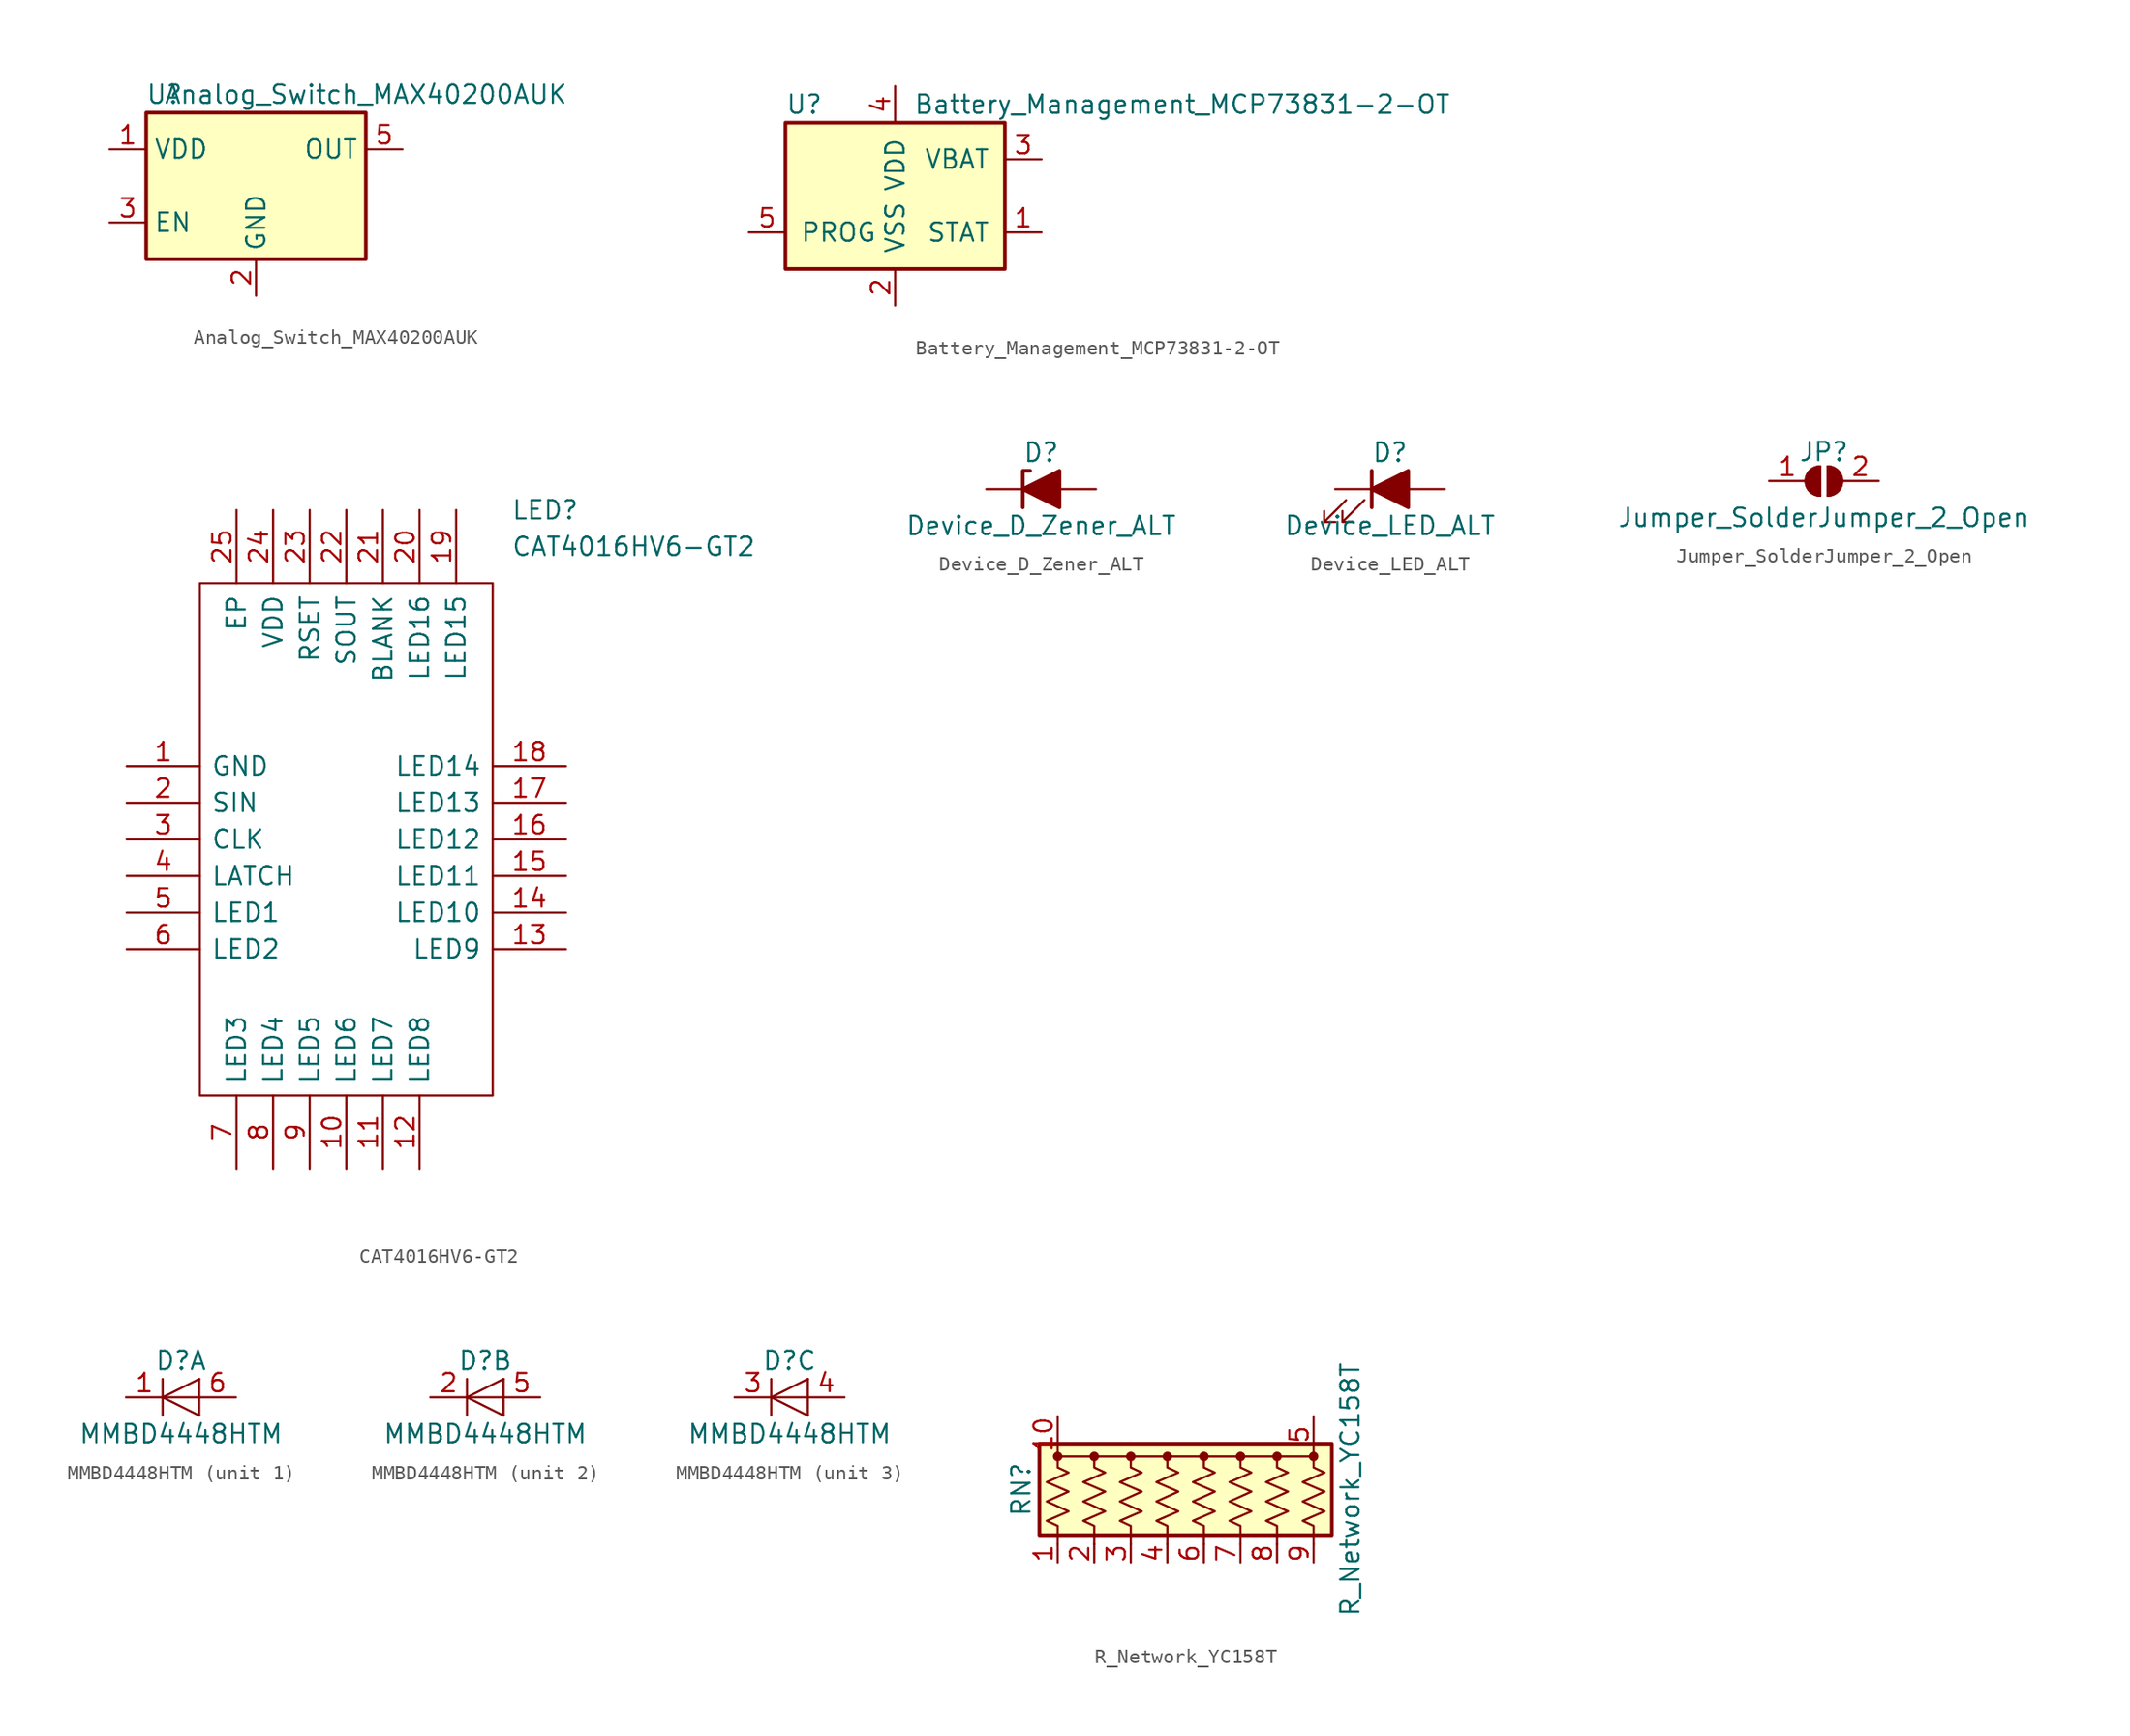
<source format=kicad_sym>
(kicad_symbol_lib
  (version 20220914)
  (generator kicad_symbol_editor)
  (symbol "Analog_Switch_MAX40200AUK"
    (property "Reference" "U"
      (at -6.35 6.35 0)
      (effects (font (size 1.27 1.27))))
    (property "Value" "Analog_Switch_MAX40200AUK"
      (at 7.62 6.35 0)
      (effects (font (size 1.27 1.27))))
    (symbol "Analog_Switch_MAX40200AUK_1_1"
      (rectangle (start -7.62 -5.08) (end 7.62 5.08) (stroke (width 0.254) (type solid)) (fill (type background)))
      (pin power_in line (at -10.16 2.54 0) (length 2.54) (name "VDD" (effects (font (size 1.27 1.27)))) (number "1" (effects (font (size 1.27 1.27)))))
      (pin power_in line (at 0 -7.62 90) (length 2.54) (name "GND" (effects (font (size 1.27 1.27)))) (number "2" (effects (font (size 1.27 1.27)))))
      (pin input line (at -10.16 -2.54 0) (length 2.54) (name "EN" (effects (font (size 1.27 1.27)))) (number "3" (effects (font (size 1.27 1.27)))))
      (pin no_connect line (at 7.62 -2.54 180) (length 2.54) hide (name "NC" (effects (font (size 1.27 1.27)))) (number "4" (effects (font (size 1.27 1.27)))))
      (pin passive line (at 10.16 2.54 180) (length 2.54) (name "OUT" (effects (font (size 1.27 1.27)))) (number "5" (effects (font (size 1.27 1.27)))))))
  (symbol "Battery_Management_MCP73831-2-OT"
    (pin_names
      (offset 1.016))
    (property "Reference" "U"
      (at -7.62 6.35 0)
      (effects (font (size 1.27 1.27)) (justify left)))
    (property "Value" "Battery_Management_MCP73831-2-OT"
      (at 1.27 6.35 0)
      (effects (font (size 1.27 1.27)) (justify left)))
    (symbol "Battery_Management_MCP73831-2-OT_0_1"
      (rectangle (start -7.62 5.08) (end 7.62 -5.08) (stroke (width 0.254) (type solid)) (fill (type background))))
    (symbol "Battery_Management_MCP73831-2-OT_1_1"
      (pin output line (at 10.16 -2.54 180) (length 2.54) (name "STAT" (effects (font (size 1.27 1.27)))) (number "1" (effects (font (size 1.27 1.27)))))
      (pin power_in line (at 0 -7.62 90) (length 2.54) (name "VSS" (effects (font (size 1.27 1.27)))) (number "2" (effects (font (size 1.27 1.27)))))
      (pin power_out line (at 10.16 2.54 180) (length 2.54) (name "VBAT" (effects (font (size 1.27 1.27)))) (number "3" (effects (font (size 1.27 1.27)))))
      (pin power_in line (at 0 7.62 270) (length 2.54) (name "VDD" (effects (font (size 1.27 1.27)))) (number "4" (effects (font (size 1.27 1.27)))))
      (pin input line (at -10.16 -2.54 0) (length 2.54) (name "PROG" (effects (font (size 1.27 1.27)))) (number "5" (effects (font (size 1.27 1.27)))))))
  (symbol "CAT4016HV6-GT2"
    (pin_names
      (offset 0.762))
    (property "Reference" "LED"
      (at 26.67 17.78 0)
      (effects (font (size 1.27 1.27)) (justify left)))
    (property "Value" "CAT4016HV6-GT2"
      (at 26.67 15.24 0)
      (effects (font (size 1.27 1.27)) (justify left)))
    (symbol "CAT4016HV6-GT2_0_0"
      (pin passive line (at 0 0 0) (length 5.08) (name "GND" (effects (font (size 1.27 1.27)))) (number "1" (effects (font (size 1.27 1.27)))))
      (pin passive line (at 15.24 -27.94 90) (length 5.08) (name "LED6" (effects (font (size 1.27 1.27)))) (number "10" (effects (font (size 1.27 1.27)))))
      (pin passive line (at 17.78 -27.94 90) (length 5.08) (name "LED7" (effects (font (size 1.27 1.27)))) (number "11" (effects (font (size 1.27 1.27)))))
      (pin passive line (at 20.32 -27.94 90) (length 5.08) (name "LED8" (effects (font (size 1.27 1.27)))) (number "12" (effects (font (size 1.27 1.27)))))
      (pin passive line (at 30.48 -12.7 180) (length 5.08) (name "LED9" (effects (font (size 1.27 1.27)))) (number "13" (effects (font (size 1.27 1.27)))))
      (pin passive line (at 30.48 -10.16 180) (length 5.08) (name "LED10" (effects (font (size 1.27 1.27)))) (number "14" (effects (font (size 1.27 1.27)))))
      (pin passive line (at 30.48 -7.62 180) (length 5.08) (name "LED11" (effects (font (size 1.27 1.27)))) (number "15" (effects (font (size 1.27 1.27)))))
      (pin passive line (at 30.48 -5.08 180) (length 5.08) (name "LED12" (effects (font (size 1.27 1.27)))) (number "16" (effects (font (size 1.27 1.27)))))
      (pin passive line (at 30.48 -2.54 180) (length 5.08) (name "LED13" (effects (font (size 1.27 1.27)))) (number "17" (effects (font (size 1.27 1.27)))))
      (pin passive line (at 30.48 0 180) (length 5.08) (name "LED14" (effects (font (size 1.27 1.27)))) (number "18" (effects (font (size 1.27 1.27)))))
      (pin passive line (at 22.86 17.78 270) (length 5.08) (name "LED15" (effects (font (size 1.27 1.27)))) (number "19" (effects (font (size 1.27 1.27)))))
      (pin passive line (at 0 -2.54 0) (length 5.08) (name "SIN" (effects (font (size 1.27 1.27)))) (number "2" (effects (font (size 1.27 1.27)))))
      (pin passive line (at 20.32 17.78 270) (length 5.08) (name "LED16" (effects (font (size 1.27 1.27)))) (number "20" (effects (font (size 1.27 1.27)))))
      (pin passive line (at 17.78 17.78 270) (length 5.08) (name "BLANK" (effects (font (size 1.27 1.27)))) (number "21" (effects (font (size 1.27 1.27)))))
      (pin passive line (at 15.24 17.78 270) (length 5.08) (name "SOUT" (effects (font (size 1.27 1.27)))) (number "22" (effects (font (size 1.27 1.27)))))
      (pin passive line (at 12.7 17.78 270) (length 5.08) (name "RSET" (effects (font (size 1.27 1.27)))) (number "23" (effects (font (size 1.27 1.27)))))
      (pin passive line (at 10.16 17.78 270) (length 5.08) (name "VDD" (effects (font (size 1.27 1.27)))) (number "24" (effects (font (size 1.27 1.27)))))
      (pin passive line (at 7.62 17.78 270) (length 5.08) (name "EP" (effects (font (size 1.27 1.27)))) (number "25" (effects (font (size 1.27 1.27)))))
      (pin passive line (at 0 -5.08 0) (length 5.08) (name "CLK" (effects (font (size 1.27 1.27)))) (number "3" (effects (font (size 1.27 1.27)))))
      (pin passive line (at 0 -7.62 0) (length 5.08) (name "LATCH" (effects (font (size 1.27 1.27)))) (number "4" (effects (font (size 1.27 1.27)))))
      (pin passive line (at 0 -10.16 0) (length 5.08) (name "LED1" (effects (font (size 1.27 1.27)))) (number "5" (effects (font (size 1.27 1.27)))))
      (pin passive line (at 0 -12.7 0) (length 5.08) (name "LED2" (effects (font (size 1.27 1.27)))) (number "6" (effects (font (size 1.27 1.27)))))
      (pin passive line (at 7.62 -27.94 90) (length 5.08) (name "LED3" (effects (font (size 1.27 1.27)))) (number "7" (effects (font (size 1.27 1.27)))))
      (pin passive line (at 10.16 -27.94 90) (length 5.08) (name "LED4" (effects (font (size 1.27 1.27)))) (number "8" (effects (font (size 1.27 1.27)))))
      (pin passive line (at 12.7 -27.94 90) (length 5.08) (name "LED5" (effects (font (size 1.27 1.27)))) (number "9" (effects (font (size 1.27 1.27))))))
    (symbol "CAT4016HV6-GT2_0_1"
      (polyline (pts (xy 5.08 12.7) (xy 25.4 12.7) (xy 25.4 -22.86) (xy 5.08 -22.86) (xy 5.08 12.7)) (stroke (width 0.152) (type solid)) (fill (type none)))))
  (symbol "Device_D_Zener_ALT"
    (pin_numbers hide)
    (pin_names
      (offset 1.016) hide)
    (property "Reference" "D"
      (at 0 2.54 0)
      (effects (font (size 1.27 1.27))))
    (property "Value" "Device_D_Zener_ALT"
      (at 0 -2.54 0)
      (effects (font (size 1.27 1.27))))
    (symbol "Device_D_Zener_ALT_0_1"
      (polyline (pts (xy 1.27 0) (xy -1.27 0)) (stroke (width 0) (type solid)) (fill (type none)))
      (polyline (pts (xy -1.27 -1.27) (xy -1.27 1.27) (xy -0.762 1.27)) (stroke (width 0.254) (type solid)) (fill (type none)))
      (polyline (pts (xy 1.27 -1.27) (xy 1.27 1.27) (xy -1.27 0) (xy 1.27 -1.27)) (stroke (width 0.254) (type solid)) (fill (type outline))))
    (symbol "Device_D_Zener_ALT_1_1"
      (pin passive line (at -3.81 0 0) (length 2.54) (name "K" (effects (font (size 1.27 1.27)))) (number "1" (effects (font (size 1.27 1.27)))))
      (pin passive line (at 3.81 0 180) (length 2.54) (name "A" (effects (font (size 1.27 1.27)))) (number "2" (effects (font (size 1.27 1.27)))))))
  (symbol "Device_LED_ALT"
    (pin_numbers hide)
    (pin_names
      (offset 1.016) hide)
    (property "Reference" "D"
      (at 0 2.54 0)
      (effects (font (size 1.27 1.27))))
    (property "Value" "Device_LED_ALT"
      (at 0 -2.54 0)
      (effects (font (size 1.27 1.27))))
    (symbol "Device_LED_ALT_0_1"
      (polyline (pts (xy -1.27 -1.27) (xy -1.27 1.27)) (stroke (width 0.254) (type solid)) (fill (type none)))
      (polyline (pts (xy -1.27 0) (xy 1.27 0)) (stroke (width 0) (type solid)) (fill (type none)))
      (polyline (pts (xy 1.27 -1.27) (xy 1.27 1.27) (xy -1.27 0) (xy 1.27 -1.27)) (stroke (width 0.254) (type solid)) (fill (type outline)))
      (polyline (pts (xy -3.048 -0.762) (xy -4.572 -2.286) (xy -3.81 -2.286) (xy -4.572 -2.286) (xy -4.572 -1.524)) (stroke (width 0) (type solid)) (fill (type none)))
      (polyline (pts (xy -1.778 -0.762) (xy -3.302 -2.286) (xy -2.54 -2.286) (xy -3.302 -2.286) (xy -3.302 -1.524)) (stroke (width 0) (type solid)) (fill (type none))))
    (symbol "Device_LED_ALT_1_1"
      (pin passive line (at -3.81 0 0) (length 2.54) (name "K" (effects (font (size 1.27 1.27)))) (number "1" (effects (font (size 1.27 1.27)))))
      (pin passive line (at 3.81 0 180) (length 2.54) (name "A" (effects (font (size 1.27 1.27)))) (number "2" (effects (font (size 1.27 1.27)))))))
  (symbol "Jumper_SolderJumper_2_Open"
    (pin_names
      (offset 0) hide)
    (property "Reference" "JP"
      (at 0 2.032 0)
      (effects (font (size 1.27 1.27))))
    (property "Value" "Jumper_SolderJumper_2_Open"
      (at 0 -2.54 0)
      (effects (font (size 1.27 1.27))))
    (symbol "Jumper_SolderJumper_2_Open_0_1"
      (arc (start -0.254 1.016) (mid -1.2656 0) (end -0.254 -1.016) (stroke (width 0) (type solid)) (fill (type none)))
      (arc (start -0.254 1.016) (mid -1.2656 0) (end -0.254 -1.016) (stroke (width 0) (type solid)) (fill (type outline)))
      (polyline (pts (xy -0.254 1.016) (xy -0.254 -1.016)) (stroke (width 0) (type solid)) (fill (type none)))
      (polyline (pts (xy 0.254 1.016) (xy 0.254 -1.016)) (stroke (width 0) (type solid)) (fill (type none)))
      (arc (start 0.254 -1.016) (mid 1.2656 0) (end 0.254 1.016) (stroke (width 0) (type solid)) (fill (type none)))
      (arc (start 0.254 -1.016) (mid 1.2656 0) (end 0.254 1.016) (stroke (width 0) (type solid)) (fill (type outline))))
    (symbol "Jumper_SolderJumper_2_Open_1_1"
      (pin passive line (at -3.81 0 0) (length 2.54) (name "A" (effects (font (size 1.27 1.27)))) (number "1" (effects (font (size 1.27 1.27)))))
      (pin passive line (at 3.81 0 180) (length 2.54) (name "B" (effects (font (size 1.27 1.27)))) (number "2" (effects (font (size 1.27 1.27)))))))
  (symbol "MMBD4448HTM"
    (pin_names
      (offset 1.016) hide)
    (property "Reference" "D"
      (at 0 2.54 0)
      (effects (font (size 1.27 1.27))))
    (property "Value" "MMBD4448HTM"
      (at 0 -2.54 0)
      (effects (font (size 1.27 1.27))))
    (symbol "MMBD4448HTM_0_1"
      (polyline (pts (xy -1.27 1.27) (xy -1.27 -1.27)) (stroke (width 0.152) (type default)) (fill (type none)))
      (polyline (pts (xy 1.27 0) (xy -1.27 0)) (stroke (width 0) (type default)) (fill (type none)))
      (polyline (pts (xy 1.27 1.27) (xy 1.27 -1.27)) (stroke (width 0) (type default)) (fill (type none)))
      (polyline (pts (xy 1.27 1.27) (xy -1.27 0) (xy 1.27 -1.27)) (stroke (width 0) (type default)) (fill (type none))))
    (symbol "MMBD4448HTM_1_1"
      (pin passive line (at -3.81 0 0) (length 2.54) (name "K" (effects (font (size 1.27 1.27)))) (number "1" (effects (font (size 1.27 1.27)))))
      (pin passive line (at 3.81 0 180) (length 2.54) (name "A" (effects (font (size 1.27 1.27)))) (number "6" (effects (font (size 1.27 1.27))))))
    (symbol "MMBD4448HTM_2_1"
      (pin passive line (at -3.81 0 0) (length 2.54) (name "K" (effects (font (size 1.27 1.27)))) (number "2" (effects (font (size 1.27 1.27)))))
      (pin passive line (at 3.81 0 180) (length 2.54) (name "A" (effects (font (size 1.27 1.27)))) (number "5" (effects (font (size 1.27 1.27))))))
    (symbol "MMBD4448HTM_3_1"
      (pin passive line (at -3.81 0 0) (length 2.54) (name "K" (effects (font (size 1.27 1.27)))) (number "3" (effects (font (size 1.27 1.27)))))
      (pin passive line (at 3.81 0 180) (length 2.54) (name "A" (effects (font (size 1.27 1.27)))) (number "4" (effects (font (size 1.27 1.27)))))))
  (symbol "R_Network_YC158T"
    (pin_names
      (offset 0) hide)
    (property "Reference" "RN"
      (at -12.7 0 90)
      (effects (font (size 1.27 1.27))))
    (property "Value" "R_Network_YC158T"
      (at 10.16 0 90)
      (effects (font (size 1.27 1.27))))
    (symbol "R_Network_YC158T_0_1"
      (rectangle (start -11.43 3.175) (end 8.89 -3.175) (stroke (width 0.254) (type default)) (fill (type background)))
      (circle (center -10.16 2.286) (radius 0.254) (stroke (width 0) (type default)) (fill (type outline)))
      (circle (center -7.62 2.286) (radius 0.254) (stroke (width 0) (type default)) (fill (type outline)))
      (circle (center -5.08 2.286) (radius 0.254) (stroke (width 0) (type default)) (fill (type outline)))
      (circle (center -2.54 2.286) (radius 0.254) (stroke (width 0) (type default)) (fill (type outline)))
      (polyline (pts (xy -10.16 2.286) (xy 7.62 2.286)) (stroke (width 0) (type default)) (fill (type none)))
      (polyline (pts (xy -10.16 2.286) (xy -10.16 1.524) (xy -9.398 1.168) (xy -10.922 0.508) (xy -9.398 -0.152) (xy -10.922 -0.838) (xy -9.398 -1.524) (xy -10.922 -2.184) (xy -10.16 -2.54) (xy -10.16 -3.81)) (stroke (width 0) (type default)) (fill (type none)))
      (polyline (pts (xy -7.62 2.286) (xy -7.62 1.524) (xy -6.858 1.168) (xy -8.382 0.508) (xy -6.858 -0.152) (xy -8.382 -0.838) (xy -6.858 -1.524) (xy -8.382 -2.184) (xy -7.62 -2.54) (xy -7.62 -3.81)) (stroke (width 0) (type default)) (fill (type none)))
      (polyline (pts (xy -5.08 2.286) (xy -5.08 1.524) (xy -4.318 1.168) (xy -5.842 0.508) (xy -4.318 -0.152) (xy -5.842 -0.838) (xy -4.318 -1.524) (xy -5.842 -2.184) (xy -5.08 -2.54) (xy -5.08 -3.81)) (stroke (width 0) (type default)) (fill (type none)))
      (polyline (pts (xy -2.54 2.286) (xy -2.54 1.524) (xy -1.778 1.168) (xy -3.302 0.508) (xy -1.778 -0.152) (xy -3.302 -0.838) (xy -1.778 -1.524) (xy -3.302 -2.184) (xy -2.54 -2.54) (xy -2.54 -3.81)) (stroke (width 0) (type default)) (fill (type none)))
      (polyline (pts (xy 0 2.286) (xy 0 1.524) (xy 0.762 1.168) (xy -0.762 0.508) (xy 0.762 -0.152) (xy -0.762 -0.838) (xy 0.762 -1.524) (xy -0.762 -2.184) (xy 0 -2.54) (xy 0 -3.81)) (stroke (width 0) (type default)) (fill (type none)))
      (polyline (pts (xy 2.54 2.286) (xy 2.54 1.524) (xy 3.302 1.168) (xy 1.778 0.508) (xy 3.302 -0.152) (xy 1.778 -0.838) (xy 3.302 -1.524) (xy 1.778 -2.184) (xy 2.54 -2.54) (xy 2.54 -3.81)) (stroke (width 0) (type default)) (fill (type none)))
      (polyline (pts (xy 5.08 2.286) (xy 5.08 1.524) (xy 5.842 1.168) (xy 4.318 0.508) (xy 5.842 -0.152) (xy 4.318 -0.838) (xy 5.842 -1.524) (xy 4.318 -2.184) (xy 5.08 -2.54) (xy 5.08 -3.81)) (stroke (width 0) (type default)) (fill (type none)))
      (polyline (pts (xy 7.62 2.286) (xy 7.62 1.524) (xy 8.382 1.168) (xy 6.858 0.508) (xy 8.382 -0.152) (xy 6.858 -0.838) (xy 8.382 -1.524) (xy 6.858 -2.184) (xy 7.62 -2.54) (xy 7.62 -3.81)) (stroke (width 0) (type default)) (fill (type none)))
      (circle (center 0 2.286) (radius 0.254) (stroke (width 0) (type default)) (fill (type outline)))
      (circle (center 2.54 2.286) (radius 0.254) (stroke (width 0) (type default)) (fill (type outline)))
      (circle (center 5.08 2.286) (radius 0.254) (stroke (width 0) (type default)) (fill (type outline)))
      (circle (center 7.62 2.286) (radius 0.254) (stroke (width 0) (type default)) (fill (type outline))))
    (symbol "R_Network_YC158T_1_1"
      (pin passive line (at -10.16 -5.08 90) (length 1.27) (name "R1" (effects (font (size 1.27 1.27)))) (number "1" (effects (font (size 1.27 1.27)))))
      (pin passive line (at -10.16 5.08 270) (length 2.54) (name "common2" (effects (font (size 1.27 1.27)))) (number "10" (effects (font (size 1.27 1.27)))))
      (pin passive line (at -7.62 -5.08 90) (length 1.27) (name "R2" (effects (font (size 1.27 1.27)))) (number "2" (effects (font (size 1.27 1.27)))))
      (pin passive line (at -5.08 -5.08 90) (length 1.27) (name "R3" (effects (font (size 1.27 1.27)))) (number "3" (effects (font (size 1.27 1.27)))))
      (pin passive line (at -2.54 -5.08 90) (length 1.27) (name "R4" (effects (font (size 1.27 1.27)))) (number "4" (effects (font (size 1.27 1.27)))))
      (pin passive line (at 7.62 5.08 270) (length 2.54) (name "common1" (effects (font (size 1.27 1.27)))) (number "5" (effects (font (size 1.27 1.27)))))
      (pin passive line (at 0 -5.08 90) (length 1.27) (name "R5" (effects (font (size 1.27 1.27)))) (number "6" (effects (font (size 1.27 1.27)))))
      (pin passive line (at 2.54 -5.08 90) (length 1.27) (name "R6" (effects (font (size 1.27 1.27)))) (number "7" (effects (font (size 1.27 1.27)))))
      (pin passive line (at 5.08 -5.08 90) (length 1.27) (name "R7" (effects (font (size 1.27 1.27)))) (number "8" (effects (font (size 1.27 1.27)))))
      (pin passive line (at 7.62 -5.08 90) (length 1.27) (name "R8" (effects (font (size 1.27 1.27)))) (number "9" (effects (font (size 1.27 1.27))))))))
</source>
